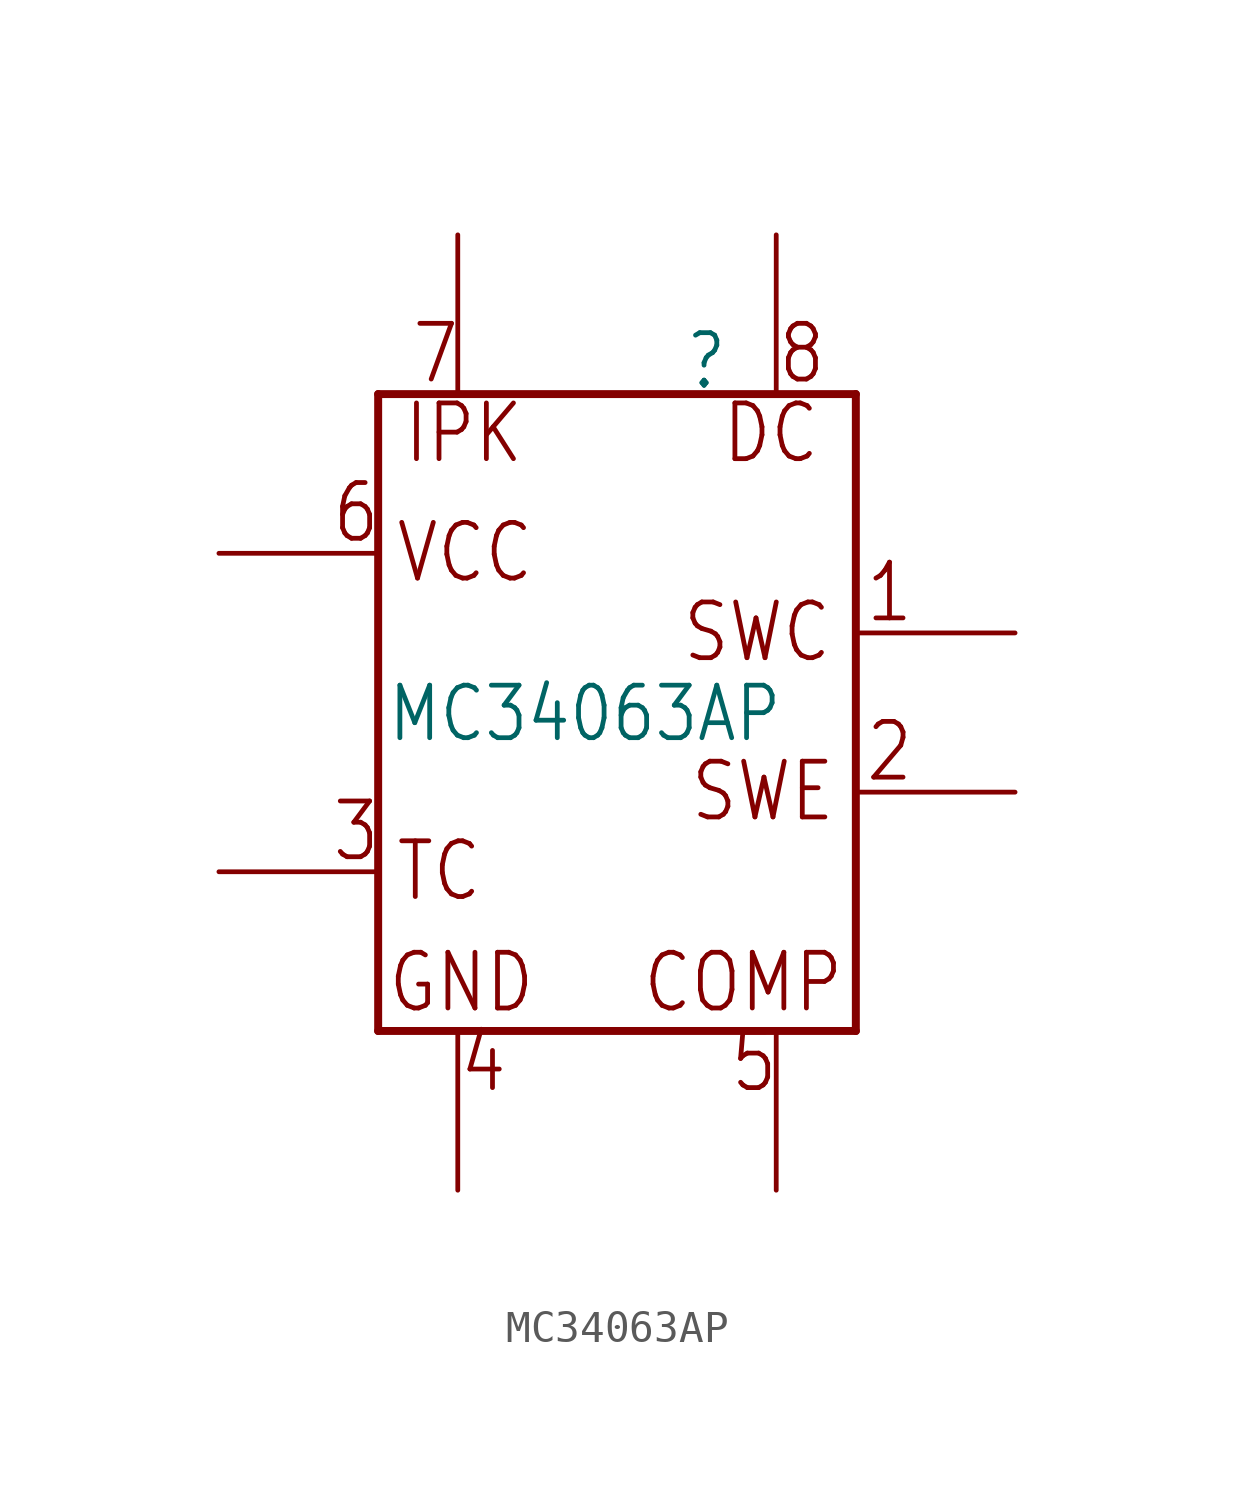
<source format=kicad_sym>
(kicad_symbol_lib
  (version 20211014)
  (generator kicad_symbol_editor)
  (symbol "MC34063AP"
    (property "Reference" ""
      (at 3.556 12.192 0)
      (effects (font (size 1.676 1.425)) (justify right top)))
    (property "Value" "MC34063AP"
      (at -7.366 -1.016 0)
      (effects (font (size 1.676 1.425)) (justify left bottom)))
    (property "ki_locked" ""
      (at 0 0 0)
      (effects (font (size 1.27 1.27))))
    (symbol "MC34063AP_1_0"
      (polyline (pts (xy -7.62 -10.16) (xy -7.62 10.16)) (stroke (width 0.254) (type default) (color 0 0 0 0)) (fill (type none)))
      (polyline (pts (xy -7.62 10.16) (xy 7.62 10.16)) (stroke (width 0.254) (type default) (color 0 0 0 0)) (fill (type none)))
      (polyline (pts (xy 7.62 -10.16) (xy -7.62 -10.16)) (stroke (width 0.254) (type default) (color 0 0 0 0)) (fill (type none)))
      (polyline (pts (xy 7.62 10.16) (xy 7.62 -10.16)) (stroke (width 0.254) (type default) (color 0 0 0 0)) (fill (type none)))
      (text "1" (at 7.874 2.794 0) (effects (font (size 1.778 1.511)) (justify left bottom)))
      (text "2" (at 7.874 -2.286 0) (effects (font (size 1.778 1.511)) (justify left bottom)))
      (text "3" (at -9.144 -4.826 0) (effects (font (size 1.778 1.511)) (justify left bottom)))
      (text "4" (at -5.08 -12.192 0) (effects (font (size 1.778 1.511)) (justify left bottom)))
      (text "5" (at 3.556 -12.192 0) (effects (font (size 1.778 1.511)) (justify left bottom)))
      (text "6" (at -9.144 5.334 0) (effects (font (size 1.778 1.511)) (justify left bottom)))
      (text "7" (at -6.604 10.414 0) (effects (font (size 1.778 1.511)) (justify left bottom)))
      (text "8" (at 5.08 10.414 0) (effects (font (size 1.778 1.511)) (justify left bottom)))
      (text "COMP" (at 0.762 -9.652 0) (effects (font (size 1.778 1.511)) (justify left bottom)))
      (text "DC" (at 3.302 7.874 0) (effects (font (size 1.778 1.511)) (justify left bottom)))
      (text "GND" (at -7.366 -9.652 0) (effects (font (size 1.778 1.511)) (justify left bottom)))
      (text "IPK" (at -6.858 7.874 0) (effects (font (size 1.778 1.511)) (justify left bottom)))
      (text "SWC" (at 2.032 1.524 0) (effects (font (size 1.778 1.511)) (justify left bottom)))
      (text "SWE" (at 2.286 -3.556 0) (effects (font (size 1.778 1.511)) (justify left bottom)))
      (text "TC" (at -7.112 -6.096 0) (effects (font (size 1.778 1.511)) (justify left bottom)))
      (text "VCC" (at -7.112 4.064 0) (effects (font (size 1.778 1.511)) (justify left bottom)))
      (pin input line (at 12.7 2.54 180) (length 5.08) (name "SWC" (effects (font (size 0 0)))) (number "1" (effects (font (size 0 0)))))
      (pin input line (at 12.7 -2.54 180) (length 5.08) (name "SWE" (effects (font (size 0 0)))) (number "2" (effects (font (size 0 0)))))
      (pin input line (at -12.7 -5.08 0) (length 5.08) (name "TC" (effects (font (size 0 0)))) (number "3" (effects (font (size 0 0)))))
      (pin power_in line (at -5.08 -15.24 90) (length 5.08) (name "GND" (effects (font (size 0 0)))) (number "4" (effects (font (size 0 0)))))
      (pin input line (at 5.08 -15.24 90) (length 5.08) (name "COMP" (effects (font (size 0 0)))) (number "5" (effects (font (size 0 0)))))
      (pin power_in line (at -12.7 5.08 0) (length 5.08) (name "VCC" (effects (font (size 0 0)))) (number "6" (effects (font (size 0 0)))))
      (pin bidirectional line (at -5.08 15.24 270) (length 5.08) (name "IPK" (effects (font (size 0 0)))) (number "7" (effects (font (size 0 0)))))
      (pin input line (at 5.08 15.24 270) (length 5.08) (name "DC" (effects (font (size 0 0)))) (number "8" (effects (font (size 0 0))))))))
</source>
